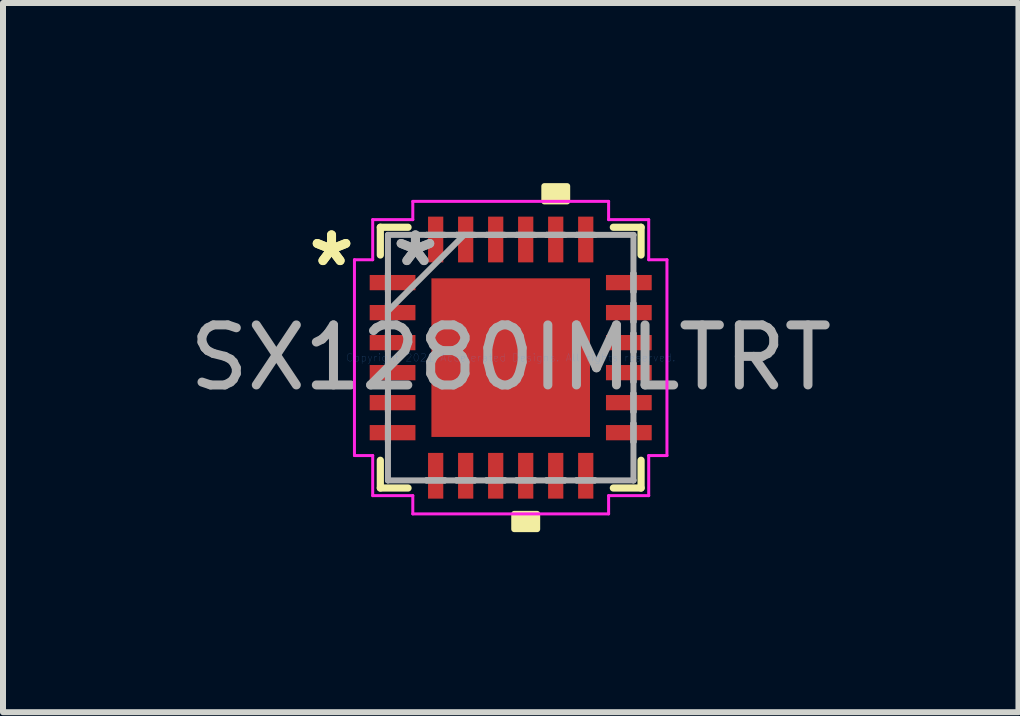
<source format=kicad_pcb>
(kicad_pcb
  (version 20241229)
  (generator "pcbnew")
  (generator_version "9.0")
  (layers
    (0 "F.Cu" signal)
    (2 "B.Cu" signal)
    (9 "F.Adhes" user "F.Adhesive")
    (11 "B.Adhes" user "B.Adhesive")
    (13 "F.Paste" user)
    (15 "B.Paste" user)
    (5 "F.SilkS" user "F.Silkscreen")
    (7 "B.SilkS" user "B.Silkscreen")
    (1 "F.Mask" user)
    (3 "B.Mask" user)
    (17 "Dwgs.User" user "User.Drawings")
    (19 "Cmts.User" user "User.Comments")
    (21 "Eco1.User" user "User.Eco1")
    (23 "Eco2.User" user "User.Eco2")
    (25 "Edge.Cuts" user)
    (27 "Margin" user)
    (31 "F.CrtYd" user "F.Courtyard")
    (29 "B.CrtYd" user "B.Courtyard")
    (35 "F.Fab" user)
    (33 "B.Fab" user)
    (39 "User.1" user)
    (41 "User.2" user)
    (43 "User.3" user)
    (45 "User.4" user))
  (footprint "SX1280IMLTRT"
    (layer "F.Cu")
    (at 5.458 2.908)
    (property "Reference" "SX1280IMLTRT" (at 0 0 0) (layer "F.Fab") (effects (font (size 1 1) (thickness 0.15))))
    (attr through_hole)
    (fp_line (start -2.172 -2.172) (end -2.172 -1.71) (stroke (width 0.12) (type solid)) (layer "F.SilkS"))
    (fp_line (start -2.172 1.71) (end -2.172 2.172) (stroke (width 0.12) (type solid)) (layer "F.SilkS"))
    (fp_line (start -2.172 2.172) (end -1.71 2.172) (stroke (width 0.12) (type solid)) (layer "F.SilkS"))
    (fp_line (start -1.71 -2.172) (end -2.172 -2.172) (stroke (width 0.12) (type solid)) (layer "F.SilkS"))
    (fp_line (start 1.71 2.172) (end 2.172 2.172) (stroke (width 0.12) (type solid)) (layer "F.SilkS"))
    (fp_line (start 2.172 -2.172) (end 1.71 -2.172) (stroke (width 0.12) (type solid)) (layer "F.SilkS"))
    (fp_line (start 2.172 -1.71) (end 2.172 -2.172) (stroke (width 0.12) (type solid)) (layer "F.SilkS"))
    (fp_line (start 2.172 2.172) (end 2.172 1.71) (stroke (width 0.12) (type solid)) (layer "F.SilkS"))
    (fp_poly (pts (xy 0.059 2.603) (xy 0.059 2.857) (xy 0.441 2.857) (xy 0.441 2.603)) (stroke (width 0.1) (type solid)) (fill yes) (layer "F.SilkS"))
    (fp_poly (pts (xy 0.56 -2.603) (xy 0.56 -2.857) (xy 0.941 -2.857) (xy 0.941 -2.603)) (stroke (width 0.1) (type solid)) (fill yes) (layer "F.SilkS"))
    (fp_poly (pts (xy -1.221 -1.221) (xy -1.221 -0.1) (xy -0.1 -0.1) (xy -0.1 -1.221)) (stroke (width 0.1) (type solid)) (fill yes) (layer "F.Paste"))
    (fp_poly (pts (xy -1.221 0.1) (xy -1.221 1.221) (xy -0.1 1.221) (xy -0.1 0.1)) (stroke (width 0.1) (type solid)) (fill yes) (layer "F.Paste"))
    (fp_poly (pts (xy 0.1 -1.221) (xy 0.1 -0.1) (xy 1.221 -0.1) (xy 1.221 -1.221)) (stroke (width 0.1) (type solid)) (fill yes) (layer "F.Paste"))
    (fp_poly (pts (xy 0.1 0.1) (xy 0.1 1.221) (xy 1.221 1.221) (xy 1.221 0.1)) (stroke (width 0.1) (type solid)) (fill yes) (layer "F.Paste"))
    (fp_line (start -2.603 -1.631) (end -2.299 -1.631) (stroke (width 0.05) (type solid)) (layer "F.CrtYd"))
    (fp_line (start -2.603 1.631) (end -2.603 -1.631) (stroke (width 0.05) (type solid)) (layer "F.CrtYd"))
    (fp_line (start -2.299 -2.299) (end -1.631 -2.299) (stroke (width 0.05) (type solid)) (layer "F.CrtYd"))
    (fp_line (start -2.299 -1.631) (end -2.299 -2.299) (stroke (width 0.05) (type solid)) (layer "F.CrtYd"))
    (fp_line (start -2.299 1.631) (end -2.603 1.631) (stroke (width 0.05) (type solid)) (layer "F.CrtYd"))
    (fp_line (start -2.299 2.299) (end -2.299 1.631) (stroke (width 0.05) (type solid)) (layer "F.CrtYd"))
    (fp_line (start -1.631 -2.603) (end 1.631 -2.603) (stroke (width 0.05) (type solid)) (layer "F.CrtYd"))
    (fp_line (start -1.631 -2.299) (end -1.631 -2.603) (stroke (width 0.05) (type solid)) (layer "F.CrtYd"))
    (fp_line (start -1.631 2.299) (end -2.299 2.299) (stroke (width 0.05) (type solid)) (layer "F.CrtYd"))
    (fp_line (start -1.631 2.603) (end -1.631 2.299) (stroke (width 0.05) (type solid)) (layer "F.CrtYd"))
    (fp_line (start 1.631 -2.603) (end 1.631 -2.299) (stroke (width 0.05) (type solid)) (layer "F.CrtYd"))
    (fp_line (start 1.631 -2.299) (end 2.299 -2.299) (stroke (width 0.05) (type solid)) (layer "F.CrtYd"))
    (fp_line (start 1.631 2.299) (end 1.631 2.603) (stroke (width 0.05) (type solid)) (layer "F.CrtYd"))
    (fp_line (start 1.631 2.603) (end -1.631 2.603) (stroke (width 0.05) (type solid)) (layer "F.CrtYd"))
    (fp_line (start 2.299 -2.299) (end 2.299 -1.631) (stroke (width 0.05) (type solid)) (layer "F.CrtYd"))
    (fp_line (start 2.299 -1.631) (end 2.603 -1.631) (stroke (width 0.05) (type solid)) (layer "F.CrtYd"))
    (fp_line (start 2.299 1.631) (end 2.299 2.299) (stroke (width 0.05) (type solid)) (layer "F.CrtYd"))
    (fp_line (start 2.299 2.299) (end 1.631 2.299) (stroke (width 0.05) (type solid)) (layer "F.CrtYd"))
    (fp_line (start 2.603 -1.631) (end 2.603 1.631) (stroke (width 0.05) (type solid)) (layer "F.CrtYd"))
    (fp_line (start 2.603 1.631) (end 2.299 1.631) (stroke (width 0.05) (type solid)) (layer "F.CrtYd"))
    (fp_line (start -2.045 -2.045) (end -2.045 -2.045) (stroke (width 0.1) (type solid)) (layer "F.Fab"))
    (fp_line (start -2.045 -2.045) (end -2.045 2.045) (stroke (width 0.1) (type solid)) (layer "F.Fab"))
    (fp_line (start -2.045 -1.402) (end -2.045 -1.402) (stroke (width 0.1) (type solid)) (layer "F.Fab"))
    (fp_line (start -2.045 -1.402) (end -2.045 -1.098) (stroke (width 0.1) (type solid)) (layer "F.Fab"))
    (fp_line (start -2.045 -1.098) (end -2.045 -1.402) (stroke (width 0.1) (type solid)) (layer "F.Fab"))
    (fp_line (start -2.045 -1.098) (end -2.045 -1.098) (stroke (width 0.1) (type solid)) (layer "F.Fab"))
    (fp_line (start -2.045 -0.902) (end -2.045 -0.902) (stroke (width 0.1) (type solid)) (layer "F.Fab"))
    (fp_line (start -2.045 -0.902) (end -2.045 -0.598) (stroke (width 0.1) (type solid)) (layer "F.Fab"))
    (fp_line (start -2.045 -0.775) (end -0.775 -2.045) (stroke (width 0.1) (type solid)) (layer "F.Fab"))
    (fp_line (start -2.045 -0.598) (end -2.045 -0.902) (stroke (width 0.1) (type solid)) (layer "F.Fab"))
    (fp_line (start -2.045 -0.598) (end -2.045 -0.598) (stroke (width 0.1) (type solid)) (layer "F.Fab"))
    (fp_line (start -2.045 -0.402) (end -2.045 -0.402) (stroke (width 0.1) (type solid)) (layer "F.Fab"))
    (fp_line (start -2.045 -0.402) (end -2.045 -0.098) (stroke (width 0.1) (type solid)) (layer "F.Fab"))
    (fp_line (start -2.045 -0.098) (end -2.045 -0.402) (stroke (width 0.1) (type solid)) (layer "F.Fab"))
    (fp_line (start -2.045 -0.098) (end -2.045 -0.098) (stroke (width 0.1) (type solid)) (layer "F.Fab"))
    (fp_line (start -2.045 0.098) (end -2.045 0.098) (stroke (width 0.1) (type solid)) (layer "F.Fab"))
    (fp_line (start -2.045 0.098) (end -2.045 0.402) (stroke (width 0.1) (type solid)) (layer "F.Fab"))
    (fp_line (start -2.045 0.402) (end -2.045 0.098) (stroke (width 0.1) (type solid)) (layer "F.Fab"))
    (fp_line (start -2.045 0.402) (end -2.045 0.402) (stroke (width 0.1) (type solid)) (layer "F.Fab"))
    (fp_line (start -2.045 0.598) (end -2.045 0.598) (stroke (width 0.1) (type solid)) (layer "F.Fab"))
    (fp_line (start -2.045 0.598) (end -2.045 0.902) (stroke (width 0.1) (type solid)) (layer "F.Fab"))
    (fp_line (start -2.045 0.902) (end -2.045 0.598) (stroke (width 0.1) (type solid)) (layer "F.Fab"))
    (fp_line (start -2.045 0.902) (end -2.045 0.902) (stroke (width 0.1) (type solid)) (layer "F.Fab"))
    (fp_line (start -2.045 1.098) (end -2.045 1.098) (stroke (width 0.1) (type solid)) (layer "F.Fab"))
    (fp_line (start -2.045 1.098) (end -2.045 1.402) (stroke (width 0.1) (type solid)) (layer "F.Fab"))
    (fp_line (start -2.045 1.402) (end -2.045 1.098) (stroke (width 0.1) (type solid)) (layer "F.Fab"))
    (fp_line (start -2.045 1.402) (end -2.045 1.402) (stroke (width 0.1) (type solid)) (layer "F.Fab"))
    (fp_line (start -2.045 2.045) (end -2.045 2.045) (stroke (width 0.1) (type solid)) (layer "F.Fab"))
    (fp_line (start -2.045 2.045) (end 2.045 2.045) (stroke (width 0.1) (type solid)) (layer "F.Fab"))
    (fp_line (start -1.402 -2.045) (end -1.402 -2.045) (stroke (width 0.1) (type solid)) (layer "F.Fab"))
    (fp_line (start -1.402 -2.045) (end -1.098 -2.045) (stroke (width 0.1) (type solid)) (layer "F.Fab"))
    (fp_line (start -1.402 2.045) (end -1.402 2.045) (stroke (width 0.1) (type solid)) (layer "F.Fab"))
    (fp_line (start -1.402 2.045) (end -1.098 2.045) (stroke (width 0.1) (type solid)) (layer "F.Fab"))
    (fp_line (start -1.098 -2.045) (end -1.402 -2.045) (stroke (width 0.1) (type solid)) (layer "F.Fab"))
    (fp_line (start -1.098 -2.045) (end -1.098 -2.045) (stroke (width 0.1) (type solid)) (layer "F.Fab"))
    (fp_line (start -1.098 2.045) (end -1.402 2.045) (stroke (width 0.1) (type solid)) (layer "F.Fab"))
    (fp_line (start -1.098 2.045) (end -1.098 2.045) (stroke (width 0.1) (type solid)) (layer "F.Fab"))
    (fp_line (start -0.902 -2.045) (end -0.902 -2.045) (stroke (width 0.1) (type solid)) (layer "F.Fab"))
    (fp_line (start -0.902 -2.045) (end -0.598 -2.045) (stroke (width 0.1) (type solid)) (layer "F.Fab"))
    (fp_line (start -0.902 2.045) (end -0.902 2.045) (stroke (width 0.1) (type solid)) (layer "F.Fab"))
    (fp_line (start -0.902 2.045) (end -0.598 2.045) (stroke (width 0.1) (type solid)) (layer "F.Fab"))
    (fp_line (start -0.598 -2.045) (end -0.902 -2.045) (stroke (width 0.1) (type solid)) (layer "F.Fab"))
    (fp_line (start -0.598 -2.045) (end -0.598 -2.045) (stroke (width 0.1) (type solid)) (layer "F.Fab"))
    (fp_line (start -0.598 2.045) (end -0.902 2.045) (stroke (width 0.1) (type solid)) (layer "F.Fab"))
    (fp_line (start -0.598 2.045) (end -0.598 2.045) (stroke (width 0.1) (type solid)) (layer "F.Fab"))
    (fp_line (start -0.402 -2.045) (end -0.402 -2.045) (stroke (width 0.1) (type solid)) (layer "F.Fab"))
    (fp_line (start -0.402 -2.045) (end -0.098 -2.045) (stroke (width 0.1) (type solid)) (layer "F.Fab"))
    (fp_line (start -0.402 2.045) (end -0.402 2.045) (stroke (width 0.1) (type solid)) (layer "F.Fab"))
    (fp_line (start -0.402 2.045) (end -0.098 2.045) (stroke (width 0.1) (type solid)) (layer "F.Fab"))
    (fp_line (start -0.098 -2.045) (end -0.402 -2.045) (stroke (width 0.1) (type solid)) (layer "F.Fab"))
    (fp_line (start -0.098 -2.045) (end -0.098 -2.045) (stroke (width 0.1) (type solid)) (layer "F.Fab"))
    (fp_line (start -0.098 2.045) (end -0.402 2.045) (stroke (width 0.1) (type solid)) (layer "F.Fab"))
    (fp_line (start -0.098 2.045) (end -0.098 2.045) (stroke (width 0.1) (type solid)) (layer "F.Fab"))
    (fp_line (start 0.098 -2.045) (end 0.098 -2.045) (stroke (width 0.1) (type solid)) (layer "F.Fab"))
    (fp_line (start 0.098 -2.045) (end 0.402 -2.045) (stroke (width 0.1) (type solid)) (layer "F.Fab"))
    (fp_line (start 0.098 2.045) (end 0.098 2.045) (stroke (width 0.1) (type solid)) (layer "F.Fab"))
    (fp_line (start 0.098 2.045) (end 0.402 2.045) (stroke (width 0.1) (type solid)) (layer "F.Fab"))
    (fp_line (start 0.402 -2.045) (end 0.098 -2.045) (stroke (width 0.1) (type solid)) (layer "F.Fab"))
    (fp_line (start 0.402 -2.045) (end 0.402 -2.045) (stroke (width 0.1) (type solid)) (layer "F.Fab"))
    (fp_line (start 0.402 2.045) (end 0.098 2.045) (stroke (width 0.1) (type solid)) (layer "F.Fab"))
    (fp_line (start 0.402 2.045) (end 0.402 2.045) (stroke (width 0.1) (type solid)) (layer "F.Fab"))
    (fp_line (start 0.598 -2.045) (end 0.598 -2.045) (stroke (width 0.1) (type solid)) (layer "F.Fab"))
    (fp_line (start 0.598 -2.045) (end 0.902 -2.045) (stroke (width 0.1) (type solid)) (layer "F.Fab"))
    (fp_line (start 0.598 2.045) (end 0.598 2.045) (stroke (width 0.1) (type solid)) (layer "F.Fab"))
    (fp_line (start 0.598 2.045) (end 0.902 2.045) (stroke (width 0.1) (type solid)) (layer "F.Fab"))
    (fp_line (start 0.902 -2.045) (end 0.598 -2.045) (stroke (width 0.1) (type solid)) (layer "F.Fab"))
    (fp_line (start 0.902 -2.045) (end 0.902 -2.045) (stroke (width 0.1) (type solid)) (layer "F.Fab"))
    (fp_line (start 0.902 2.045) (end 0.598 2.045) (stroke (width 0.1) (type solid)) (layer "F.Fab"))
    (fp_line (start 0.902 2.045) (end 0.902 2.045) (stroke (width 0.1) (type solid)) (layer "F.Fab"))
    (fp_line (start 1.098 -2.045) (end 1.098 -2.045) (stroke (width 0.1) (type solid)) (layer "F.Fab"))
    (fp_line (start 1.098 -2.045) (end 1.402 -2.045) (stroke (width 0.1) (type solid)) (layer "F.Fab"))
    (fp_line (start 1.098 2.045) (end 1.098 2.045) (stroke (width 0.1) (type solid)) (layer "F.Fab"))
    (fp_line (start 1.098 2.045) (end 1.402 2.045) (stroke (width 0.1) (type solid)) (layer "F.Fab"))
    (fp_line (start 1.402 -2.045) (end 1.098 -2.045) (stroke (width 0.1) (type solid)) (layer "F.Fab"))
    (fp_line (start 1.402 -2.045) (end 1.402 -2.045) (stroke (width 0.1) (type solid)) (layer "F.Fab"))
    (fp_line (start 1.402 2.045) (end 1.098 2.045) (stroke (width 0.1) (type solid)) (layer "F.Fab"))
    (fp_line (start 1.402 2.045) (end 1.402 2.045) (stroke (width 0.1) (type solid)) (layer "F.Fab"))
    (fp_line (start 2.045 -2.045) (end -2.045 -2.045) (stroke (width 0.1) (type solid)) (layer "F.Fab"))
    (fp_line (start 2.045 -2.045) (end 2.045 -2.045) (stroke (width 0.1) (type solid)) (layer "F.Fab"))
    (fp_line (start 2.045 -1.402) (end 2.045 -1.402) (stroke (width 0.1) (type solid)) (layer "F.Fab"))
    (fp_line (start 2.045 -1.402) (end 2.045 -1.098) (stroke (width 0.1) (type solid)) (layer "F.Fab"))
    (fp_line (start 2.045 -1.098) (end 2.045 -1.402) (stroke (width 0.1) (type solid)) (layer "F.Fab"))
    (fp_line (start 2.045 -1.098) (end 2.045 -1.098) (stroke (width 0.1) (type solid)) (layer "F.Fab"))
    (fp_line (start 2.045 -0.902) (end 2.045 -0.902) (stroke (width 0.1) (type solid)) (layer "F.Fab"))
    (fp_line (start 2.045 -0.902) (end 2.045 -0.598) (stroke (width 0.1) (type solid)) (layer "F.Fab"))
    (fp_line (start 2.045 -0.598) (end 2.045 -0.902) (stroke (width 0.1) (type solid)) (layer "F.Fab"))
    (fp_line (start 2.045 -0.598) (end 2.045 -0.598) (stroke (width 0.1) (type solid)) (layer "F.Fab"))
    (fp_line (start 2.045 -0.402) (end 2.045 -0.402) (stroke (width 0.1) (type solid)) (layer "F.Fab"))
    (fp_line (start 2.045 -0.402) (end 2.045 -0.098) (stroke (width 0.1) (type solid)) (layer "F.Fab"))
    (fp_line (start 2.045 -0.098) (end 2.045 -0.402) (stroke (width 0.1) (type solid)) (layer "F.Fab"))
    (fp_line (start 2.045 -0.098) (end 2.045 -0.098) (stroke (width 0.1) (type solid)) (layer "F.Fab"))
    (fp_line (start 2.045 0.098) (end 2.045 0.098) (stroke (width 0.1) (type solid)) (layer "F.Fab"))
    (fp_line (start 2.045 0.098) (end 2.045 0.402) (stroke (width 0.1) (type solid)) (layer "F.Fab"))
    (fp_line (start 2.045 0.402) (end 2.045 0.098) (stroke (width 0.1) (type solid)) (layer "F.Fab"))
    (fp_line (start 2.045 0.402) (end 2.045 0.402) (stroke (width 0.1) (type solid)) (layer "F.Fab"))
    (fp_line (start 2.045 0.598) (end 2.045 0.598) (stroke (width 0.1) (type solid)) (layer "F.Fab"))
    (fp_line (start 2.045 0.598) (end 2.045 0.902) (stroke (width 0.1) (type solid)) (layer "F.Fab"))
    (fp_line (start 2.045 0.902) (end 2.045 0.598) (stroke (width 0.1) (type solid)) (layer "F.Fab"))
    (fp_line (start 2.045 0.902) (end 2.045 0.902) (stroke (width 0.1) (type solid)) (layer "F.Fab"))
    (fp_line (start 2.045 1.098) (end 2.045 1.098) (stroke (width 0.1) (type solid)) (layer "F.Fab"))
    (fp_line (start 2.045 1.098) (end 2.045 1.402) (stroke (width 0.1) (type solid)) (layer "F.Fab"))
    (fp_line (start 2.045 1.402) (end 2.045 1.098) (stroke (width 0.1) (type solid)) (layer "F.Fab"))
    (fp_line (start 2.045 1.402) (end 2.045 1.402) (stroke (width 0.1) (type solid)) (layer "F.Fab"))
    (fp_line (start 2.045 2.045) (end 2.045 -2.045) (stroke (width 0.1) (type solid)) (layer "F.Fab"))
    (fp_line (start 2.045 2.045) (end 2.045 2.045) (stroke (width 0.1) (type solid)) (layer "F.Fab"))
    (fp_text user "*" (at -2.985 -1.5 0) (layer "F.SilkS") (effects (font (size 1 1) (thickness 0.15))))
    (fp_text user "*" (at -2.985 -1.5 0) (layer "F.SilkS") (effects (font (size 1 1) (thickness 0.15))))
    (fp_text user "Copyright 2021 Accelerated Designs. All rights reserved." (at 0 0 0) (layer "Cmts.User") (effects (font (size 0.127 0.127) (thickness 0.002))))
    (fp_text user "*" (at -1.587 -1.5 0) (layer "F.Fab") (effects (font (size 1 1) (thickness 0.15))))
    (fp_text user "*" (at -1.587 -1.5 0) (layer "F.Fab") (effects (font (size 1 1) (thickness 0.15))))
    (pad "1" smd rect (at -1.968 -1.25 90) (size 0.254 0.762) (layers "F.Cu" "F.Mask" "F.Paste"))
    (pad "2" smd rect (at -1.968 -0.75 90) (size 0.254 0.762) (layers "F.Cu" "F.Mask" "F.Paste"))
    (pad "3" smd rect (at -1.968 -0.25 90) (size 0.254 0.762) (layers "F.Cu" "F.Mask" "F.Paste"))
    (pad "4" smd rect (at -1.968 0.25 90) (size 0.254 0.762) (layers "F.Cu" "F.Mask" "F.Paste"))
    (pad "5" smd rect (at -1.968 0.75 90) (size 0.254 0.762) (layers "F.Cu" "F.Mask" "F.Paste"))
    (pad "6" smd rect (at -1.968 1.25 90) (size 0.254 0.762) (layers "F.Cu" "F.Mask" "F.Paste"))
    (pad "7" smd rect (at -1.25 1.968) (size 0.254 0.762) (layers "F.Cu" "F.Mask" "F.Paste"))
    (pad "8" smd rect (at -0.75 1.968) (size 0.254 0.762) (layers "F.Cu" "F.Mask" "F.Paste"))
    (pad "9" smd rect (at -0.25 1.968) (size 0.254 0.762) (layers "F.Cu" "F.Mask" "F.Paste"))
    (pad "10" smd rect (at 0.25 1.968) (size 0.254 0.762) (layers "F.Cu" "F.Mask" "F.Paste"))
    (pad "11" smd rect (at 0.75 1.968) (size 0.254 0.762) (layers "F.Cu" "F.Mask" "F.Paste"))
    (pad "12" smd rect (at 1.25 1.968) (size 0.254 0.762) (layers "F.Cu" "F.Mask" "F.Paste"))
    (pad "13" smd rect (at 1.968 1.25 90) (size 0.254 0.762) (layers "F.Cu" "F.Mask" "F.Paste"))
    (pad "14" smd rect (at 1.968 0.75 90) (size 0.254 0.762) (layers "F.Cu" "F.Mask" "F.Paste"))
    (pad "15" smd rect (at 1.968 0.25 90) (size 0.254 0.762) (layers "F.Cu" "F.Mask" "F.Paste"))
    (pad "16" smd rect (at 1.968 -0.25 90) (size 0.254 0.762) (layers "F.Cu" "F.Mask" "F.Paste"))
    (pad "17" smd rect (at 1.968 -0.75 90) (size 0.254 0.762) (layers "F.Cu" "F.Mask" "F.Paste"))
    (pad "18" smd rect (at 1.968 -1.25 90) (size 0.254 0.762) (layers "F.Cu" "F.Mask" "F.Paste"))
    (pad "19" smd rect (at 1.25 -1.968) (size 0.254 0.762) (layers "F.Cu" "F.Mask" "F.Paste"))
    (pad "20" smd rect (at 0.75 -1.968) (size 0.254 0.762) (layers "F.Cu" "F.Mask" "F.Paste"))
    (pad "21" smd rect (at 0.25 -1.968) (size 0.254 0.762) (layers "F.Cu" "F.Mask" "F.Paste"))
    (pad "22" smd rect (at -0.25 -1.968) (size 0.254 0.762) (layers "F.Cu" "F.Mask" "F.Paste"))
    (pad "23" smd rect (at -0.75 -1.968) (size 0.254 0.762) (layers "F.Cu" "F.Mask" "F.Paste"))
    (pad "24" smd rect (at -1.25 -1.968) (size 0.254 0.762) (layers "F.Cu" "F.Mask" "F.Paste"))
    (pad "25" smd rect (at 0 0) (size 2.642 2.642) (layers "F.Cu" "F.Mask")))
  (gr_rect
    (start -3 -3)
    (end 13.917 8.815)
    (stroke (width 0.1) (type default))
    (fill no)
    (layer "Edge.Cuts")))
</source>
